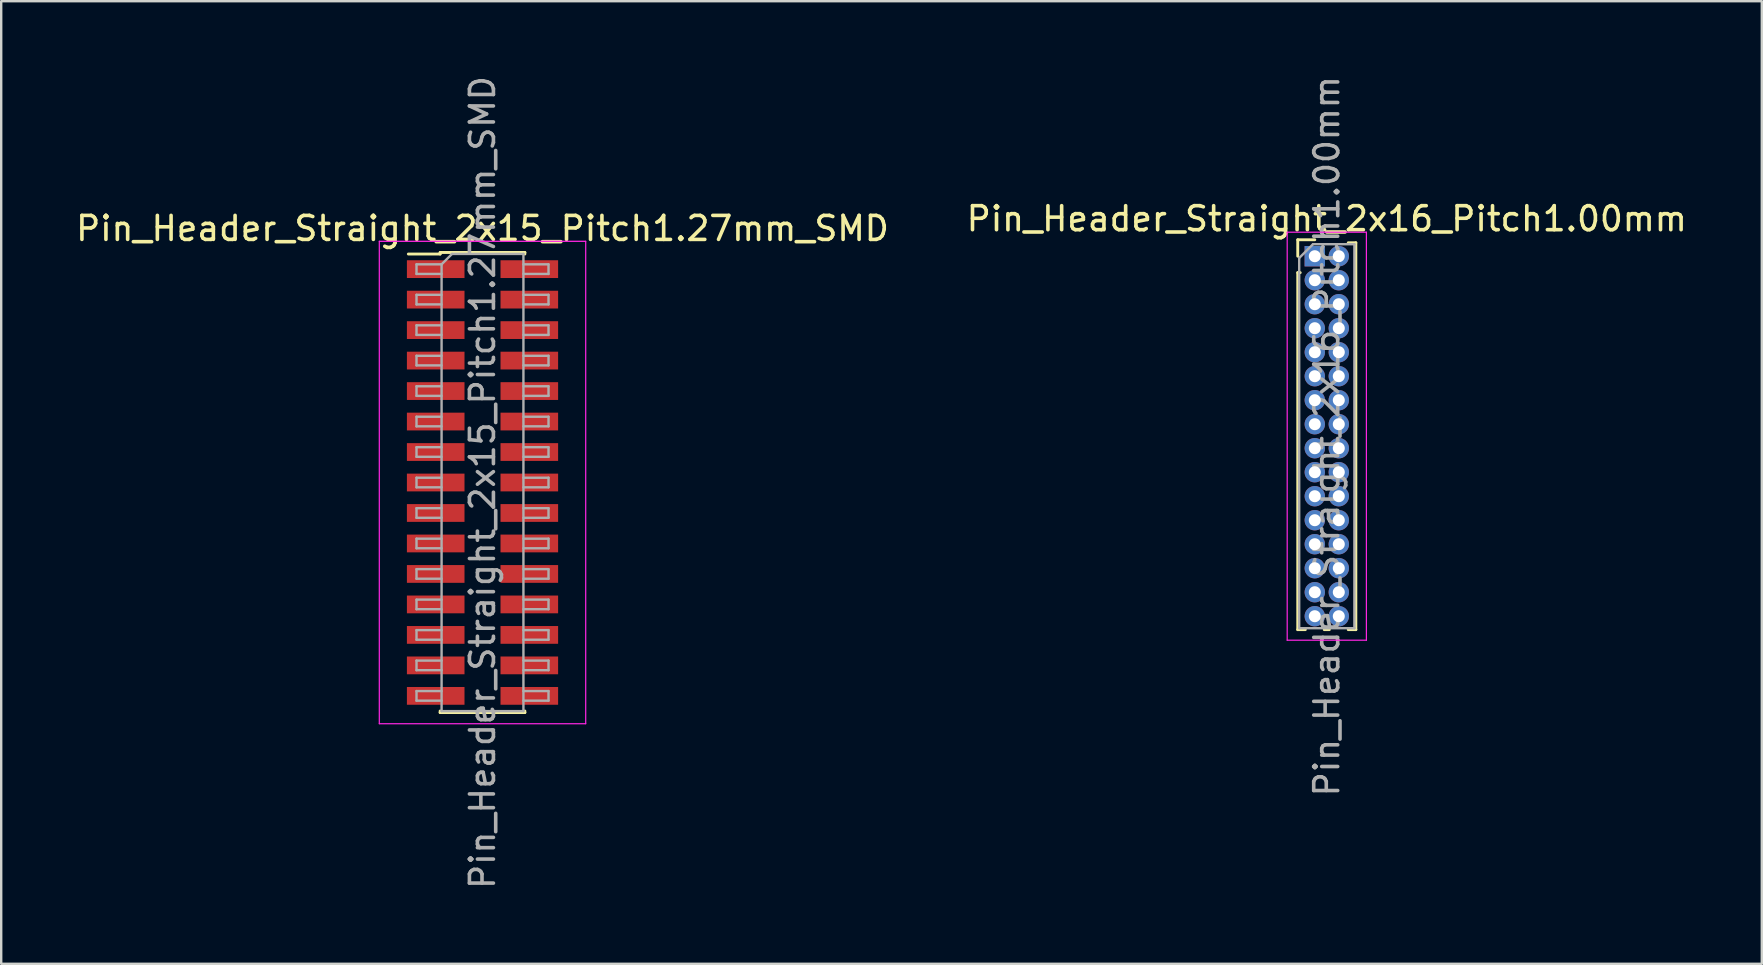
<source format=kicad_pcb>
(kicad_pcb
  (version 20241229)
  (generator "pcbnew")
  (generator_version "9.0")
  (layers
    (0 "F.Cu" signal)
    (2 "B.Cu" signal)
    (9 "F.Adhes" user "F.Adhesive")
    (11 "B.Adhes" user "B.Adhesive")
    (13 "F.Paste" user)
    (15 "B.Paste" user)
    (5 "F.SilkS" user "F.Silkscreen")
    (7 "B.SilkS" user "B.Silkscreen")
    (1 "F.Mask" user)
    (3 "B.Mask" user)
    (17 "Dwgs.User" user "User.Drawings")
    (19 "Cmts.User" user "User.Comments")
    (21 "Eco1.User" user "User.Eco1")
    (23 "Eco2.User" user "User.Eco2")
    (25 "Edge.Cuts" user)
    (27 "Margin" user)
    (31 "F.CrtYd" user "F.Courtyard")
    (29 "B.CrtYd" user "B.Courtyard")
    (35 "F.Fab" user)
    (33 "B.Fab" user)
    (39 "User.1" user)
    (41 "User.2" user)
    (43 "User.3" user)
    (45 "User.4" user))
  (footprint "Pin_Header_Straight_2x16_Pitch1.00mm"
    (layer "F.Cu")
    (at 51.732 7.625)
    (property "Reference" "Pin_Header_Straight_2x16_Pitch1.00mm" (at 0.5 -1.56 0) (layer "F.SilkS") (effects (font (size 1 1) (thickness 0.15))))
    (attr through_hole)
    (fp_line (start -0.71 -0.685) (end 0 -0.685) (stroke (width 0.12) (type solid)) (layer "F.SilkS"))
    (fp_line (start -0.71 0) (end -0.71 -0.685) (stroke (width 0.12) (type solid)) (layer "F.SilkS"))
    (fp_line (start -0.71 0.685) (end -0.71 15.56) (stroke (width 0.12) (type solid)) (layer "F.SilkS"))
    (fp_line (start -0.71 0.685) (end -0.608 0.685) (stroke (width 0.12) (type solid)) (layer "F.SilkS"))
    (fp_line (start -0.71 15.56) (end -0.394 15.56) (stroke (width 0.12) (type solid)) (layer "F.SilkS"))
    (fp_line (start 0.394 15.56) (end 0.606 15.56) (stroke (width 0.12) (type solid)) (layer "F.SilkS"))
    (fp_line (start 1.394 -0.56) (end 1.71 -0.56) (stroke (width 0.12) (type solid)) (layer "F.SilkS"))
    (fp_line (start 1.394 15.56) (end 1.71 15.56) (stroke (width 0.12) (type solid)) (layer "F.SilkS"))
    (fp_line (start 1.71 -0.56) (end 1.71 15.56) (stroke (width 0.12) (type solid)) (layer "F.SilkS"))
    (fp_line (start -1.15 -1) (end -1.15 16) (stroke (width 0.05) (type solid)) (layer "F.CrtYd"))
    (fp_line (start -1.15 16) (end 2.15 16) (stroke (width 0.05) (type solid)) (layer "F.CrtYd"))
    (fp_line (start 2.15 -1) (end -1.15 -1) (stroke (width 0.05) (type solid)) (layer "F.CrtYd"))
    (fp_line (start 2.15 16) (end 2.15 -1) (stroke (width 0.05) (type solid)) (layer "F.CrtYd"))
    (fp_line (start -0.65 0.075) (end -0.075 -0.5) (stroke (width 0.1) (type solid)) (layer "F.Fab"))
    (fp_line (start -0.65 15.5) (end -0.65 0.075) (stroke (width 0.1) (type solid)) (layer "F.Fab"))
    (fp_line (start -0.075 -0.5) (end 1.65 -0.5) (stroke (width 0.1) (type solid)) (layer "F.Fab"))
    (fp_line (start 1.65 -0.5) (end 1.65 15.5) (stroke (width 0.1) (type solid)) (layer "F.Fab"))
    (fp_line (start 1.65 15.5) (end -0.65 15.5) (stroke (width 0.1) (type solid)) (layer "F.Fab"))
    (fp_text user "${REFERENCE}" (at 0.5 7.5 90) (layer "F.Fab") (effects (font (size 1 1) (thickness 0.15))))
    (pad "1" thru_hole rect (at 0 0) (size 0.85 0.85) (drill 0.5) (layers "*.Cu" "*.Mask"))
    (pad "2" thru_hole oval (at 1 0) (size 0.85 0.85) (drill 0.5) (layers "*.Cu" "*.Mask"))
    (pad "3" thru_hole oval (at 0 1) (size 0.85 0.85) (drill 0.5) (layers "*.Cu" "*.Mask"))
    (pad "4" thru_hole oval (at 1 1) (size 0.85 0.85) (drill 0.5) (layers "*.Cu" "*.Mask"))
    (pad "5" thru_hole oval (at 0 2) (size 0.85 0.85) (drill 0.5) (layers "*.Cu" "*.Mask"))
    (pad "6" thru_hole oval (at 1 2) (size 0.85 0.85) (drill 0.5) (layers "*.Cu" "*.Mask"))
    (pad "7" thru_hole oval (at 0 3) (size 0.85 0.85) (drill 0.5) (layers "*.Cu" "*.Mask"))
    (pad "8" thru_hole oval (at 1 3) (size 0.85 0.85) (drill 0.5) (layers "*.Cu" "*.Mask"))
    (pad "9" thru_hole oval (at 0 4) (size 0.85 0.85) (drill 0.5) (layers "*.Cu" "*.Mask"))
    (pad "10" thru_hole oval (at 1 4) (size 0.85 0.85) (drill 0.5) (layers "*.Cu" "*.Mask"))
    (pad "11" thru_hole oval (at 0 5) (size 0.85 0.85) (drill 0.5) (layers "*.Cu" "*.Mask"))
    (pad "12" thru_hole oval (at 1 5) (size 0.85 0.85) (drill 0.5) (layers "*.Cu" "*.Mask"))
    (pad "13" thru_hole oval (at 0 6) (size 0.85 0.85) (drill 0.5) (layers "*.Cu" "*.Mask"))
    (pad "14" thru_hole oval (at 1 6) (size 0.85 0.85) (drill 0.5) (layers "*.Cu" "*.Mask"))
    (pad "15" thru_hole oval (at 0 7) (size 0.85 0.85) (drill 0.5) (layers "*.Cu" "*.Mask"))
    (pad "16" thru_hole oval (at 1 7) (size 0.85 0.85) (drill 0.5) (layers "*.Cu" "*.Mask"))
    (pad "17" thru_hole oval (at 0 8) (size 0.85 0.85) (drill 0.5) (layers "*.Cu" "*.Mask"))
    (pad "18" thru_hole oval (at 1 8) (size 0.85 0.85) (drill 0.5) (layers "*.Cu" "*.Mask"))
    (pad "19" thru_hole oval (at 0 9) (size 0.85 0.85) (drill 0.5) (layers "*.Cu" "*.Mask"))
    (pad "20" thru_hole oval (at 1 9) (size 0.85 0.85) (drill 0.5) (layers "*.Cu" "*.Mask"))
    (pad "21" thru_hole oval (at 0 10) (size 0.85 0.85) (drill 0.5) (layers "*.Cu" "*.Mask"))
    (pad "22" thru_hole oval (at 1 10) (size 0.85 0.85) (drill 0.5) (layers "*.Cu" "*.Mask"))
    (pad "23" thru_hole oval (at 0 11) (size 0.85 0.85) (drill 0.5) (layers "*.Cu" "*.Mask"))
    (pad "24" thru_hole oval (at 1 11) (size 0.85 0.85) (drill 0.5) (layers "*.Cu" "*.Mask"))
    (pad "25" thru_hole oval (at 0 12) (size 0.85 0.85) (drill 0.5) (layers "*.Cu" "*.Mask"))
    (pad "26" thru_hole oval (at 1 12) (size 0.85 0.85) (drill 0.5) (layers "*.Cu" "*.Mask"))
    (pad "27" thru_hole oval (at 0 13) (size 0.85 0.85) (drill 0.5) (layers "*.Cu" "*.Mask"))
    (pad "28" thru_hole oval (at 1 13) (size 0.85 0.85) (drill 0.5) (layers "*.Cu" "*.Mask"))
    (pad "29" thru_hole oval (at 0 14) (size 0.85 0.85) (drill 0.5) (layers "*.Cu" "*.Mask"))
    (pad "30" thru_hole oval (at 1 14) (size 0.85 0.85) (drill 0.5) (layers "*.Cu" "*.Mask"))
    (pad "31" thru_hole oval (at 0 15) (size 0.85 0.85) (drill 0.5) (layers "*.Cu" "*.Mask"))
    (pad "32" thru_hole oval (at 1 15) (size 0.85 0.85) (drill 0.5) (layers "*.Cu" "*.Mask")))
  (footprint "Pin_Header_Straight_2x15_Pitch1.27mm_SMD"
    (layer "F.Cu")
    (at 17.054 17.054)
    (property "Reference" "Pin_Header_Straight_2x15_Pitch1.27mm_SMD" (at 0 -10.585 0) (layer "F.SilkS") (effects (font (size 1 1) (thickness 0.15))))
    (attr smd)
    (fp_line (start -3.09 -9.52) (end -1.765 -9.52) (stroke (width 0.12) (type solid)) (layer "F.SilkS"))
    (fp_line (start -1.765 -9.585) (end -1.765 -9.52) (stroke (width 0.12) (type solid)) (layer "F.SilkS"))
    (fp_line (start -1.765 -9.585) (end 1.765 -9.585) (stroke (width 0.12) (type solid)) (layer "F.SilkS"))
    (fp_line (start -1.765 9.52) (end -1.765 9.585) (stroke (width 0.12) (type solid)) (layer "F.SilkS"))
    (fp_line (start -1.765 9.585) (end 1.765 9.585) (stroke (width 0.12) (type solid)) (layer "F.SilkS"))
    (fp_line (start 1.765 -9.585) (end 1.765 -9.52) (stroke (width 0.12) (type solid)) (layer "F.SilkS"))
    (fp_line (start 1.765 9.52) (end 1.765 9.585) (stroke (width 0.12) (type solid)) (layer "F.SilkS"))
    (fp_line (start -4.3 -10.05) (end -4.3 10.05) (stroke (width 0.05) (type solid)) (layer "F.CrtYd"))
    (fp_line (start -4.3 10.05) (end 4.3 10.05) (stroke (width 0.05) (type solid)) (layer "F.CrtYd"))
    (fp_line (start 4.3 -10.05) (end -4.3 -10.05) (stroke (width 0.05) (type solid)) (layer "F.CrtYd"))
    (fp_line (start 4.3 10.05) (end 4.3 -10.05) (stroke (width 0.05) (type solid)) (layer "F.CrtYd"))
    (fp_line (start -2.75 -9.09) (end -2.75 -8.69) (stroke (width 0.1) (type solid)) (layer "F.Fab"))
    (fp_line (start -2.75 -8.69) (end -1.705 -8.69) (stroke (width 0.1) (type solid)) (layer "F.Fab"))
    (fp_line (start -2.75 -7.82) (end -2.75 -7.42) (stroke (width 0.1) (type solid)) (layer "F.Fab"))
    (fp_line (start -2.75 -7.42) (end -1.705 -7.42) (stroke (width 0.1) (type solid)) (layer "F.Fab"))
    (fp_line (start -2.75 -6.55) (end -2.75 -6.15) (stroke (width 0.1) (type solid)) (layer "F.Fab"))
    (fp_line (start -2.75 -6.15) (end -1.705 -6.15) (stroke (width 0.1) (type solid)) (layer "F.Fab"))
    (fp_line (start -2.75 -5.28) (end -2.75 -4.88) (stroke (width 0.1) (type solid)) (layer "F.Fab"))
    (fp_line (start -2.75 -4.88) (end -1.705 -4.88) (stroke (width 0.1) (type solid)) (layer "F.Fab"))
    (fp_line (start -2.75 -4.01) (end -2.75 -3.61) (stroke (width 0.1) (type solid)) (layer "F.Fab"))
    (fp_line (start -2.75 -3.61) (end -1.705 -3.61) (stroke (width 0.1) (type solid)) (layer "F.Fab"))
    (fp_line (start -2.75 -2.74) (end -2.75 -2.34) (stroke (width 0.1) (type solid)) (layer "F.Fab"))
    (fp_line (start -2.75 -2.34) (end -1.705 -2.34) (stroke (width 0.1) (type solid)) (layer "F.Fab"))
    (fp_line (start -2.75 -1.47) (end -2.75 -1.07) (stroke (width 0.1) (type solid)) (layer "F.Fab"))
    (fp_line (start -2.75 -1.07) (end -1.705 -1.07) (stroke (width 0.1) (type solid)) (layer "F.Fab"))
    (fp_line (start -2.75 -0.2) (end -2.75 0.2) (stroke (width 0.1) (type solid)) (layer "F.Fab"))
    (fp_line (start -2.75 0.2) (end -1.705 0.2) (stroke (width 0.1) (type solid)) (layer "F.Fab"))
    (fp_line (start -2.75 1.07) (end -2.75 1.47) (stroke (width 0.1) (type solid)) (layer "F.Fab"))
    (fp_line (start -2.75 1.47) (end -1.705 1.47) (stroke (width 0.1) (type solid)) (layer "F.Fab"))
    (fp_line (start -2.75 2.34) (end -2.75 2.74) (stroke (width 0.1) (type solid)) (layer "F.Fab"))
    (fp_line (start -2.75 2.74) (end -1.705 2.74) (stroke (width 0.1) (type solid)) (layer "F.Fab"))
    (fp_line (start -2.75 3.61) (end -2.75 4.01) (stroke (width 0.1) (type solid)) (layer "F.Fab"))
    (fp_line (start -2.75 4.01) (end -1.705 4.01) (stroke (width 0.1) (type solid)) (layer "F.Fab"))
    (fp_line (start -2.75 4.88) (end -2.75 5.28) (stroke (width 0.1) (type solid)) (layer "F.Fab"))
    (fp_line (start -2.75 5.28) (end -1.705 5.28) (stroke (width 0.1) (type solid)) (layer "F.Fab"))
    (fp_line (start -2.75 6.15) (end -2.75 6.55) (stroke (width 0.1) (type solid)) (layer "F.Fab"))
    (fp_line (start -2.75 6.55) (end -1.705 6.55) (stroke (width 0.1) (type solid)) (layer "F.Fab"))
    (fp_line (start -2.75 7.42) (end -2.75 7.82) (stroke (width 0.1) (type solid)) (layer "F.Fab"))
    (fp_line (start -2.75 7.82) (end -1.705 7.82) (stroke (width 0.1) (type solid)) (layer "F.Fab"))
    (fp_line (start -2.75 8.69) (end -2.75 9.09) (stroke (width 0.1) (type solid)) (layer "F.Fab"))
    (fp_line (start -2.75 9.09) (end -1.705 9.09) (stroke (width 0.1) (type solid)) (layer "F.Fab"))
    (fp_line (start -1.705 -9.09) (end -2.75 -9.09) (stroke (width 0.1) (type solid)) (layer "F.Fab"))
    (fp_line (start -1.705 -9.09) (end -1.27 -9.525) (stroke (width 0.1) (type solid)) (layer "F.Fab"))
    (fp_line (start -1.705 -7.82) (end -2.75 -7.82) (stroke (width 0.1) (type solid)) (layer "F.Fab"))
    (fp_line (start -1.705 -6.55) (end -2.75 -6.55) (stroke (width 0.1) (type solid)) (layer "F.Fab"))
    (fp_line (start -1.705 -5.28) (end -2.75 -5.28) (stroke (width 0.1) (type solid)) (layer "F.Fab"))
    (fp_line (start -1.705 -4.01) (end -2.75 -4.01) (stroke (width 0.1) (type solid)) (layer "F.Fab"))
    (fp_line (start -1.705 -2.74) (end -2.75 -2.74) (stroke (width 0.1) (type solid)) (layer "F.Fab"))
    (fp_line (start -1.705 -1.47) (end -2.75 -1.47) (stroke (width 0.1) (type solid)) (layer "F.Fab"))
    (fp_line (start -1.705 -0.2) (end -2.75 -0.2) (stroke (width 0.1) (type solid)) (layer "F.Fab"))
    (fp_line (start -1.705 1.07) (end -2.75 1.07) (stroke (width 0.1) (type solid)) (layer "F.Fab"))
    (fp_line (start -1.705 2.34) (end -2.75 2.34) (stroke (width 0.1) (type solid)) (layer "F.Fab"))
    (fp_line (start -1.705 3.61) (end -2.75 3.61) (stroke (width 0.1) (type solid)) (layer "F.Fab"))
    (fp_line (start -1.705 4.88) (end -2.75 4.88) (stroke (width 0.1) (type solid)) (layer "F.Fab"))
    (fp_line (start -1.705 6.15) (end -2.75 6.15) (stroke (width 0.1) (type solid)) (layer "F.Fab"))
    (fp_line (start -1.705 7.42) (end -2.75 7.42) (stroke (width 0.1) (type solid)) (layer "F.Fab"))
    (fp_line (start -1.705 8.69) (end -2.75 8.69) (stroke (width 0.1) (type solid)) (layer "F.Fab"))
    (fp_line (start -1.705 9.525) (end -1.705 -9.09) (stroke (width 0.1) (type solid)) (layer "F.Fab"))
    (fp_line (start -1.27 -9.525) (end 1.705 -9.525) (stroke (width 0.1) (type solid)) (layer "F.Fab"))
    (fp_line (start 1.705 -9.525) (end 1.705 9.525) (stroke (width 0.1) (type solid)) (layer "F.Fab"))
    (fp_line (start 1.705 -9.09) (end 2.75 -9.09) (stroke (width 0.1) (type solid)) (layer "F.Fab"))
    (fp_line (start 1.705 -7.82) (end 2.75 -7.82) (stroke (width 0.1) (type solid)) (layer "F.Fab"))
    (fp_line (start 1.705 -6.55) (end 2.75 -6.55) (stroke (width 0.1) (type solid)) (layer "F.Fab"))
    (fp_line (start 1.705 -5.28) (end 2.75 -5.28) (stroke (width 0.1) (type solid)) (layer "F.Fab"))
    (fp_line (start 1.705 -4.01) (end 2.75 -4.01) (stroke (width 0.1) (type solid)) (layer "F.Fab"))
    (fp_line (start 1.705 -2.74) (end 2.75 -2.74) (stroke (width 0.1) (type solid)) (layer "F.Fab"))
    (fp_line (start 1.705 -1.47) (end 2.75 -1.47) (stroke (width 0.1) (type solid)) (layer "F.Fab"))
    (fp_line (start 1.705 -0.2) (end 2.75 -0.2) (stroke (width 0.1) (type solid)) (layer "F.Fab"))
    (fp_line (start 1.705 1.07) (end 2.75 1.07) (stroke (width 0.1) (type solid)) (layer "F.Fab"))
    (fp_line (start 1.705 2.34) (end 2.75 2.34) (stroke (width 0.1) (type solid)) (layer "F.Fab"))
    (fp_line (start 1.705 3.61) (end 2.75 3.61) (stroke (width 0.1) (type solid)) (layer "F.Fab"))
    (fp_line (start 1.705 4.88) (end 2.75 4.88) (stroke (width 0.1) (type solid)) (layer "F.Fab"))
    (fp_line (start 1.705 6.15) (end 2.75 6.15) (stroke (width 0.1) (type solid)) (layer "F.Fab"))
    (fp_line (start 1.705 7.42) (end 2.75 7.42) (stroke (width 0.1) (type solid)) (layer "F.Fab"))
    (fp_line (start 1.705 8.69) (end 2.75 8.69) (stroke (width 0.1) (type solid)) (layer "F.Fab"))
    (fp_line (start 1.705 9.525) (end -1.705 9.525) (stroke (width 0.1) (type solid)) (layer "F.Fab"))
    (fp_line (start 2.75 -9.09) (end 2.75 -8.69) (stroke (width 0.1) (type solid)) (layer "F.Fab"))
    (fp_line (start 2.75 -8.69) (end 1.705 -8.69) (stroke (width 0.1) (type solid)) (layer "F.Fab"))
    (fp_line (start 2.75 -7.82) (end 2.75 -7.42) (stroke (width 0.1) (type solid)) (layer "F.Fab"))
    (fp_line (start 2.75 -7.42) (end 1.705 -7.42) (stroke (width 0.1) (type solid)) (layer "F.Fab"))
    (fp_line (start 2.75 -6.55) (end 2.75 -6.15) (stroke (width 0.1) (type solid)) (layer "F.Fab"))
    (fp_line (start 2.75 -6.15) (end 1.705 -6.15) (stroke (width 0.1) (type solid)) (layer "F.Fab"))
    (fp_line (start 2.75 -5.28) (end 2.75 -4.88) (stroke (width 0.1) (type solid)) (layer "F.Fab"))
    (fp_line (start 2.75 -4.88) (end 1.705 -4.88) (stroke (width 0.1) (type solid)) (layer "F.Fab"))
    (fp_line (start 2.75 -4.01) (end 2.75 -3.61) (stroke (width 0.1) (type solid)) (layer "F.Fab"))
    (fp_line (start 2.75 -3.61) (end 1.705 -3.61) (stroke (width 0.1) (type solid)) (layer "F.Fab"))
    (fp_line (start 2.75 -2.74) (end 2.75 -2.34) (stroke (width 0.1) (type solid)) (layer "F.Fab"))
    (fp_line (start 2.75 -2.34) (end 1.705 -2.34) (stroke (width 0.1) (type solid)) (layer "F.Fab"))
    (fp_line (start 2.75 -1.47) (end 2.75 -1.07) (stroke (width 0.1) (type solid)) (layer "F.Fab"))
    (fp_line (start 2.75 -1.07) (end 1.705 -1.07) (stroke (width 0.1) (type solid)) (layer "F.Fab"))
    (fp_line (start 2.75 -0.2) (end 2.75 0.2) (stroke (width 0.1) (type solid)) (layer "F.Fab"))
    (fp_line (start 2.75 0.2) (end 1.705 0.2) (stroke (width 0.1) (type solid)) (layer "F.Fab"))
    (fp_line (start 2.75 1.07) (end 2.75 1.47) (stroke (width 0.1) (type solid)) (layer "F.Fab"))
    (fp_line (start 2.75 1.47) (end 1.705 1.47) (stroke (width 0.1) (type solid)) (layer "F.Fab"))
    (fp_line (start 2.75 2.34) (end 2.75 2.74) (stroke (width 0.1) (type solid)) (layer "F.Fab"))
    (fp_line (start 2.75 2.74) (end 1.705 2.74) (stroke (width 0.1) (type solid)) (layer "F.Fab"))
    (fp_line (start 2.75 3.61) (end 2.75 4.01) (stroke (width 0.1) (type solid)) (layer "F.Fab"))
    (fp_line (start 2.75 4.01) (end 1.705 4.01) (stroke (width 0.1) (type solid)) (layer "F.Fab"))
    (fp_line (start 2.75 4.88) (end 2.75 5.28) (stroke (width 0.1) (type solid)) (layer "F.Fab"))
    (fp_line (start 2.75 5.28) (end 1.705 5.28) (stroke (width 0.1) (type solid)) (layer "F.Fab"))
    (fp_line (start 2.75 6.15) (end 2.75 6.55) (stroke (width 0.1) (type solid)) (layer "F.Fab"))
    (fp_line (start 2.75 6.55) (end 1.705 6.55) (stroke (width 0.1) (type solid)) (layer "F.Fab"))
    (fp_line (start 2.75 7.42) (end 2.75 7.82) (stroke (width 0.1) (type solid)) (layer "F.Fab"))
    (fp_line (start 2.75 7.82) (end 1.705 7.82) (stroke (width 0.1) (type solid)) (layer "F.Fab"))
    (fp_line (start 2.75 8.69) (end 2.75 9.09) (stroke (width 0.1) (type solid)) (layer "F.Fab"))
    (fp_line (start 2.75 9.09) (end 1.705 9.09) (stroke (width 0.1) (type solid)) (layer "F.Fab"))
    (fp_text user "${REFERENCE}" (at 0 0 90) (layer "F.Fab") (effects (font (size 1 1) (thickness 0.15))))
    (pad "1" smd rect (at -1.95 -8.89) (size 2.4 0.74) (layers "F.Cu" "F.Mask" "F.Paste"))
    (pad "2" smd rect (at 1.95 -8.89) (size 2.4 0.74) (layers "F.Cu" "F.Mask" "F.Paste"))
    (pad "3" smd rect (at -1.95 -7.62) (size 2.4 0.74) (layers "F.Cu" "F.Mask" "F.Paste"))
    (pad "4" smd rect (at 1.95 -7.62) (size 2.4 0.74) (layers "F.Cu" "F.Mask" "F.Paste"))
    (pad "5" smd rect (at -1.95 -6.35) (size 2.4 0.74) (layers "F.Cu" "F.Mask" "F.Paste"))
    (pad "6" smd rect (at 1.95 -6.35) (size 2.4 0.74) (layers "F.Cu" "F.Mask" "F.Paste"))
    (pad "7" smd rect (at -1.95 -5.08) (size 2.4 0.74) (layers "F.Cu" "F.Mask" "F.Paste"))
    (pad "8" smd rect (at 1.95 -5.08) (size 2.4 0.74) (layers "F.Cu" "F.Mask" "F.Paste"))
    (pad "9" smd rect (at -1.95 -3.81) (size 2.4 0.74) (layers "F.Cu" "F.Mask" "F.Paste"))
    (pad "10" smd rect (at 1.95 -3.81) (size 2.4 0.74) (layers "F.Cu" "F.Mask" "F.Paste"))
    (pad "11" smd rect (at -1.95 -2.54) (size 2.4 0.74) (layers "F.Cu" "F.Mask" "F.Paste"))
    (pad "12" smd rect (at 1.95 -2.54) (size 2.4 0.74) (layers "F.Cu" "F.Mask" "F.Paste"))
    (pad "13" smd rect (at -1.95 -1.27) (size 2.4 0.74) (layers "F.Cu" "F.Mask" "F.Paste"))
    (pad "14" smd rect (at 1.95 -1.27) (size 2.4 0.74) (layers "F.Cu" "F.Mask" "F.Paste"))
    (pad "15" smd rect (at -1.95 0) (size 2.4 0.74) (layers "F.Cu" "F.Mask" "F.Paste"))
    (pad "16" smd rect (at 1.95 0) (size 2.4 0.74) (layers "F.Cu" "F.Mask" "F.Paste"))
    (pad "17" smd rect (at -1.95 1.27) (size 2.4 0.74) (layers "F.Cu" "F.Mask" "F.Paste"))
    (pad "18" smd rect (at 1.95 1.27) (size 2.4 0.74) (layers "F.Cu" "F.Mask" "F.Paste"))
    (pad "19" smd rect (at -1.95 2.54) (size 2.4 0.74) (layers "F.Cu" "F.Mask" "F.Paste"))
    (pad "20" smd rect (at 1.95 2.54) (size 2.4 0.74) (layers "F.Cu" "F.Mask" "F.Paste"))
    (pad "21" smd rect (at -1.95 3.81) (size 2.4 0.74) (layers "F.Cu" "F.Mask" "F.Paste"))
    (pad "22" smd rect (at 1.95 3.81) (size 2.4 0.74) (layers "F.Cu" "F.Mask" "F.Paste"))
    (pad "23" smd rect (at -1.95 5.08) (size 2.4 0.74) (layers "F.Cu" "F.Mask" "F.Paste"))
    (pad "24" smd rect (at 1.95 5.08) (size 2.4 0.74) (layers "F.Cu" "F.Mask" "F.Paste"))
    (pad "25" smd rect (at -1.95 6.35) (size 2.4 0.74) (layers "F.Cu" "F.Mask" "F.Paste"))
    (pad "26" smd rect (at 1.95 6.35) (size 2.4 0.74) (layers "F.Cu" "F.Mask" "F.Paste"))
    (pad "27" smd rect (at -1.95 7.62) (size 2.4 0.74) (layers "F.Cu" "F.Mask" "F.Paste"))
    (pad "28" smd rect (at 1.95 7.62) (size 2.4 0.74) (layers "F.Cu" "F.Mask" "F.Paste"))
    (pad "29" smd rect (at -1.95 8.89) (size 2.4 0.74) (layers "F.Cu" "F.Mask" "F.Paste"))
    (pad "30" smd rect (at 1.95 8.89) (size 2.4 0.74) (layers "F.Cu" "F.Mask" "F.Paste")))
  (gr_rect
    (start -3 -3)
    (end 70.357 37.107)
    (stroke (width 0.1) (type default))
    (fill no)
    (layer "Edge.Cuts")))
</source>
